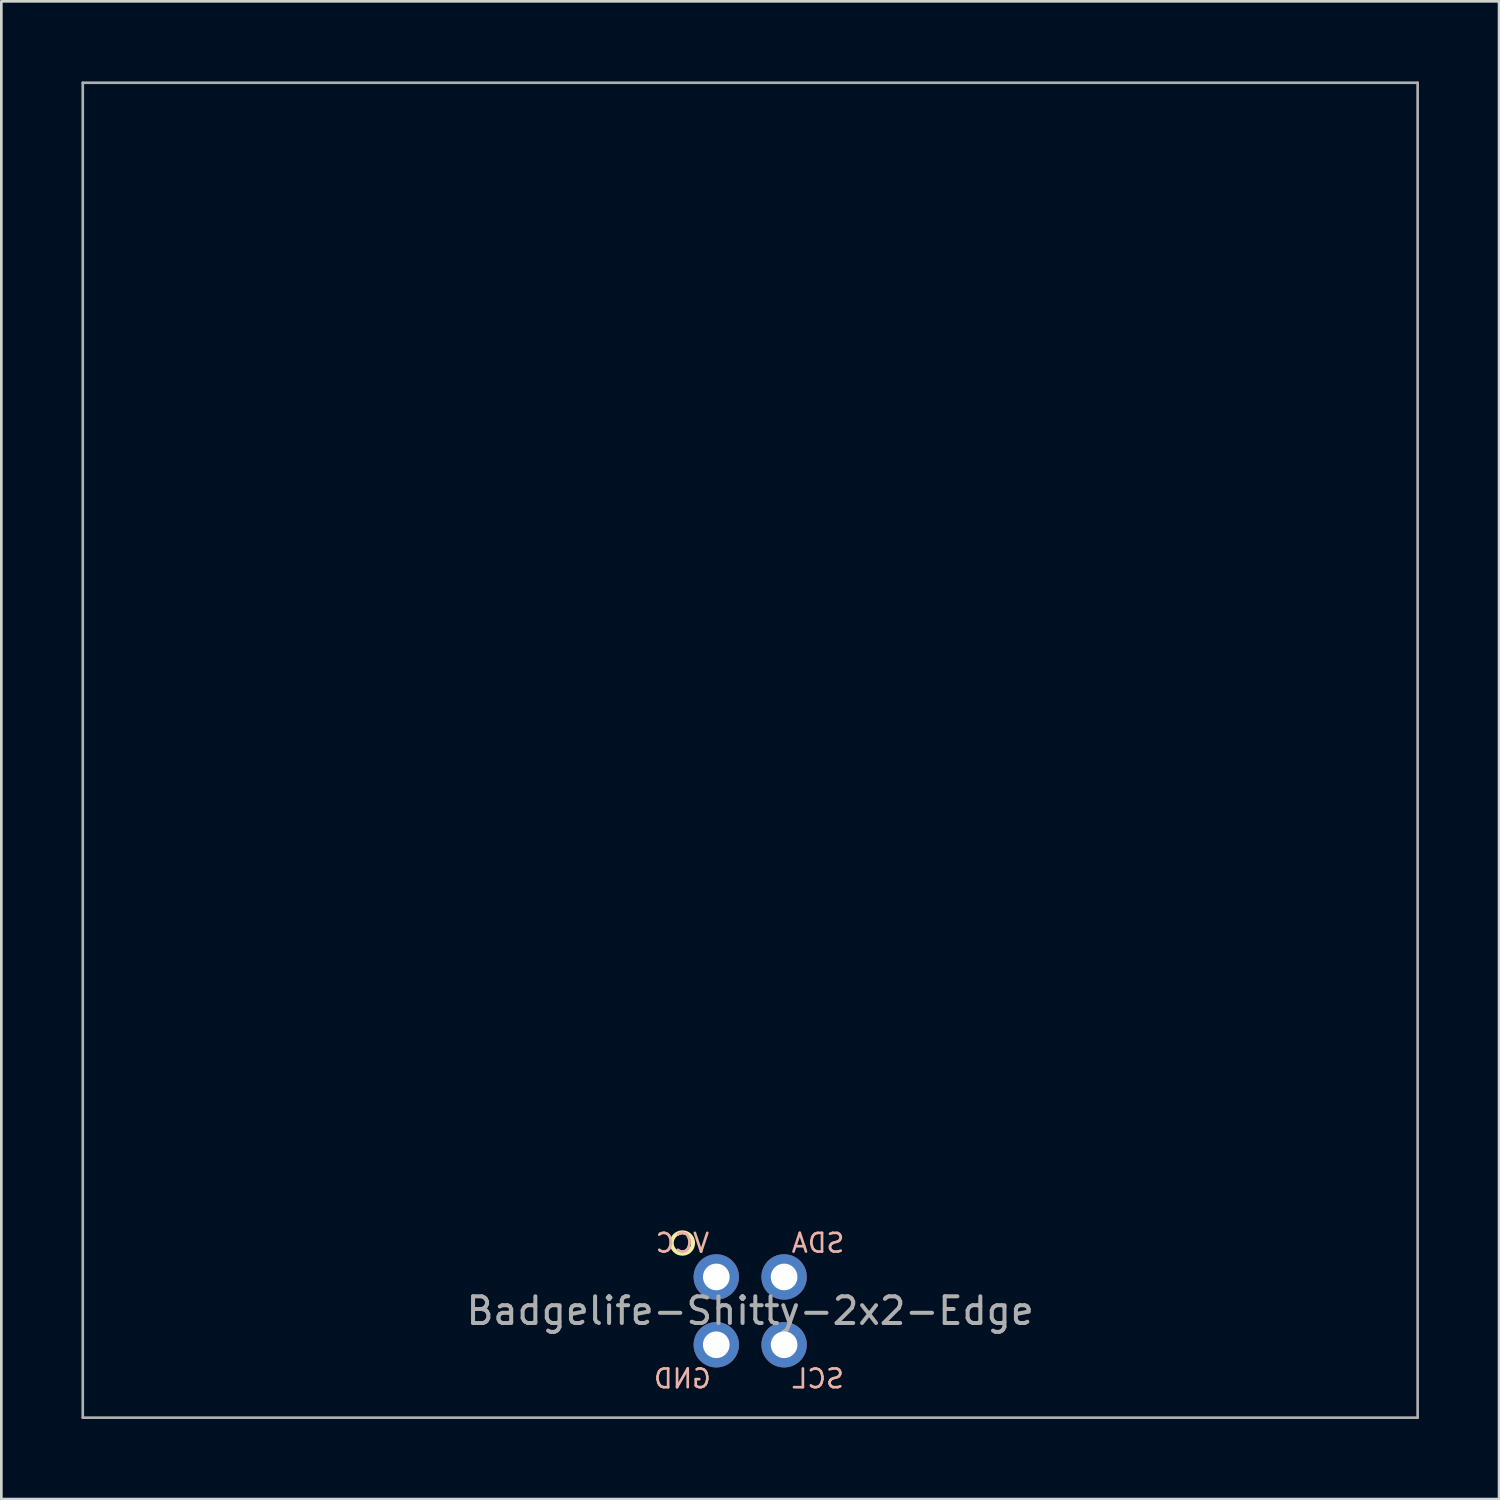
<source format=kicad_pcb>
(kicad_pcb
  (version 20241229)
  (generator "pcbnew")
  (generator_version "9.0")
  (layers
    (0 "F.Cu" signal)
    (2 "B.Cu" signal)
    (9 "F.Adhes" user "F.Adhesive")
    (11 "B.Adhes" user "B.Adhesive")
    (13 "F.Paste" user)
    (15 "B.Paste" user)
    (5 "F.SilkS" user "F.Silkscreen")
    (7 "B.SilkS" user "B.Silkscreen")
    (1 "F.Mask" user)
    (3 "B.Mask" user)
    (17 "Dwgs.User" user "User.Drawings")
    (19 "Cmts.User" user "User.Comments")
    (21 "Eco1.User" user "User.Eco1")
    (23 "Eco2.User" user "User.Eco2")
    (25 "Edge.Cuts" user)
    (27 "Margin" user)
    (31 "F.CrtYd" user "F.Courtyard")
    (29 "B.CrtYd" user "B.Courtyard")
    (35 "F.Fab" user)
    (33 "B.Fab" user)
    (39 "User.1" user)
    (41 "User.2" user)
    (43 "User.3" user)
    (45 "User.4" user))
  (footprint "Badgelife-Shitty-2x2-Edge"
    (layer "F.Cu")
    (at 25.05 41.05)
    (property "Reference" "Badgelife-Shitty-2x2-Edge" (at 0 5 0) (layer "F.Fab") (effects (font (size 1 1) (thickness 0.15))))
    (attr through_hole)
    (fp_circle (center -2.54 2.46) (end -2.14 2.46) (stroke (width 0.15) (type solid)) (fill no) (layer "F.SilkS"))
    (fp_line (start -25 -41) (end -25 9) (stroke (width 0.1) (type solid)) (layer "F.Fab"))
    (fp_line (start -25 -41) (end 25 -41) (stroke (width 0.1) (type solid)) (layer "F.Fab"))
    (fp_line (start -25 9) (end 25 9) (stroke (width 0.1) (type solid)) (layer "F.Fab"))
    (fp_line (start 25 -41) (end 25 9) (stroke (width 0.1) (type solid)) (layer "F.Fab"))
    (fp_text user "VCC" (at -2.54 2.46 0) (layer "B.SilkS") (effects (font (size 0.7 0.7) (thickness 0.1)) (justify mirror)))
    (fp_text user "SCL" (at 2.54 7.54 0) (layer "B.SilkS") (effects (font (size 0.7 0.7) (thickness 0.1)) (justify mirror)))
    (fp_text user "SDA" (at 2.54 2.46 0) (layer "B.SilkS") (effects (font (size 0.7 0.7) (thickness 0.1)) (justify mirror)))
    (fp_text user "GND" (at -2.54 7.54 0) (layer "B.SilkS") (effects (font (size 0.7 0.7) (thickness 0.1)) (justify mirror)))
    (pad "1" thru_hole oval (at -1.27 3.73) (size 1.7 1.7) (drill 1) (layers "*.Cu" "*.Mask"))
    (pad "2" thru_hole oval (at -1.27 6.27) (size 1.7 1.7) (drill 1) (layers "*.Cu" "*.Mask"))
    (pad "3" thru_hole oval (at 1.27 6.27) (size 1.7 1.7) (drill 1) (layers "*.Cu" "*.Mask"))
    (pad "4" thru_hole circle (at 1.27 3.73) (size 1.7 1.7) (drill 1) (layers "*.Cu" "*.Mask")))
  (gr_rect
    (start -3 -3)
    (end 53.1 53.1)
    (stroke (width 0.1) (type default))
    (fill no)
    (layer "Edge.Cuts")))
</source>
